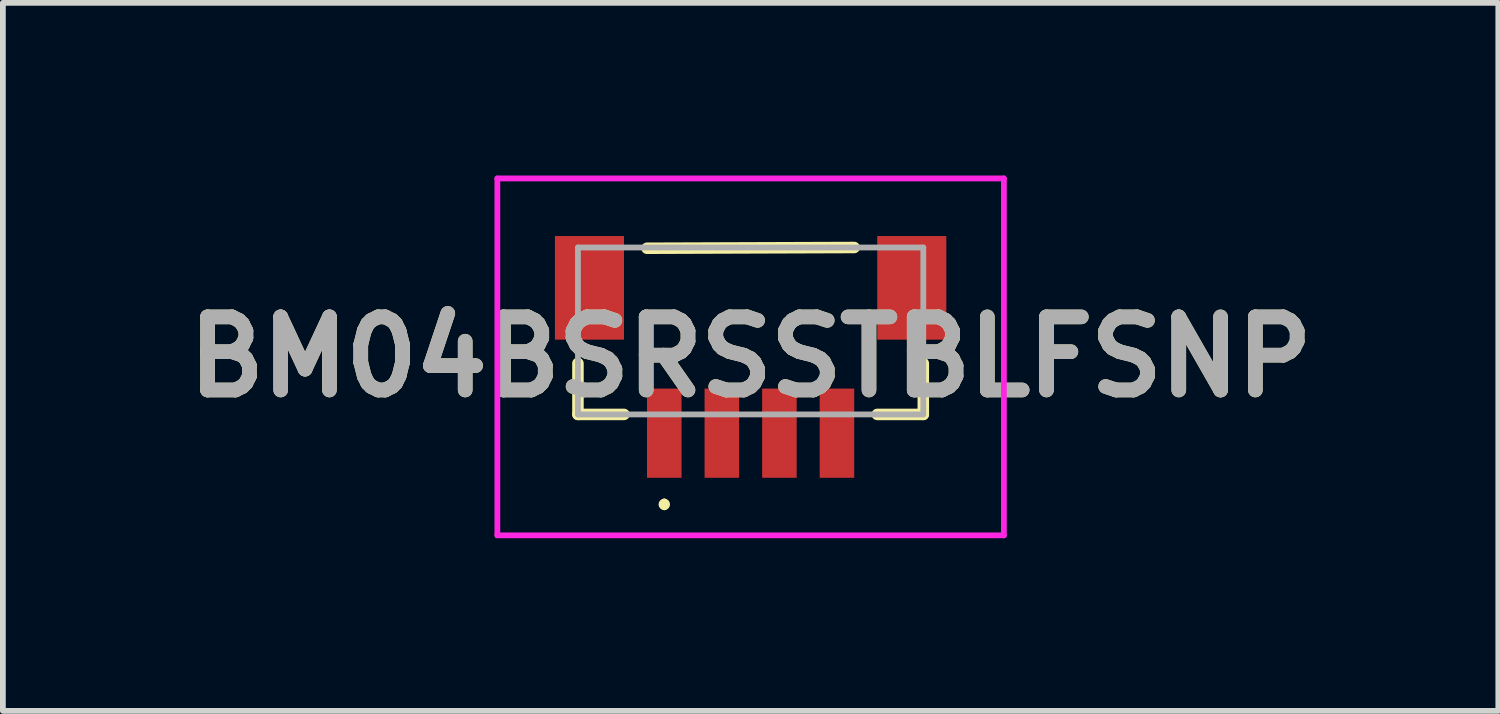
<source format=kicad_pcb>
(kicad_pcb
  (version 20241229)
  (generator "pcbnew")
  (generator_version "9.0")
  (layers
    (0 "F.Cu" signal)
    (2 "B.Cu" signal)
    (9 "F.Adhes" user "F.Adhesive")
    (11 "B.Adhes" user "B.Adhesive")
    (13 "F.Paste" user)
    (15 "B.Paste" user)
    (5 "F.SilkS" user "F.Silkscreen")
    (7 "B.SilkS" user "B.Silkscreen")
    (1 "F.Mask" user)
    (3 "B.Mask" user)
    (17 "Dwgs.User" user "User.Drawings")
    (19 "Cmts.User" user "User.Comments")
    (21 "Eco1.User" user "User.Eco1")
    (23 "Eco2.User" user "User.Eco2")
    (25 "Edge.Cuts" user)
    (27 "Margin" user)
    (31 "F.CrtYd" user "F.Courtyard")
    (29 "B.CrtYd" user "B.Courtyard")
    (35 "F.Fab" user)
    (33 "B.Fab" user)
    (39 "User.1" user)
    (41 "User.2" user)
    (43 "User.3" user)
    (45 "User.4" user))
  (footprint "BM04BSRSSTBLFSNP"
    (layer "F.Cu")
    (at 9.991 2.863)
    (property "Reference" "BM04BSRSSTBLFSNP" (at 0 0.288 0) (layer "F.SilkS") (effects (font (size 1.27 1.27) (thickness 0.254))))
    (attr smd)
    (fp_line (start -3 0.4) (end -3 1.287) (stroke (width 0.2) (type solid)) (layer "F.SilkS"))
    (fp_line (start -3 1.287) (end -2.2 1.287) (stroke (width 0.2) (type solid)) (layer "F.SilkS"))
    (fp_line (start -1.8 -1.6) (end 1.8 -1.613) (stroke (width 0.2) (type solid)) (layer "F.SilkS"))
    (fp_line (start -1.5 2.8) (end -1.5 2.8) (stroke (width 0.1) (type solid)) (layer "F.SilkS"))
    (fp_line (start -1.5 2.9) (end -1.5 2.9) (stroke (width 0.1) (type solid)) (layer "F.SilkS"))
    (fp_line (start 2.2 1.287) (end 3 1.287) (stroke (width 0.2) (type solid)) (layer "F.SilkS"))
    (fp_line (start 3 1.287) (end 3 0.4) (stroke (width 0.2) (type solid)) (layer "F.SilkS"))
    (fp_arc (start -1.5 2.8) (mid -1.45 2.85) (end -1.5 2.9) (stroke (width 0.1) (type solid)) (layer "F.SilkS"))
    (fp_arc (start -1.5 2.9) (mid -1.55 2.85) (end -1.5 2.8) (stroke (width 0.1) (type solid)) (layer "F.SilkS"))
    (fp_line (start -4.4 -2.813) (end 4.4 -2.813) (stroke (width 0.1) (type solid)) (layer "F.CrtYd"))
    (fp_line (start -4.4 3.388) (end -4.4 -2.813) (stroke (width 0.1) (type solid)) (layer "F.CrtYd"))
    (fp_line (start 4.4 -2.813) (end 4.4 3.388) (stroke (width 0.1) (type solid)) (layer "F.CrtYd"))
    (fp_line (start 4.4 3.388) (end -4.4 3.388) (stroke (width 0.1) (type solid)) (layer "F.CrtYd"))
    (fp_line (start -3 -1.613) (end 3 -1.613) (stroke (width 0.1) (type solid)) (layer "F.Fab"))
    (fp_line (start -3 1.287) (end -3 -1.613) (stroke (width 0.1) (type solid)) (layer "F.Fab"))
    (fp_line (start 3 -1.613) (end 3 1.287) (stroke (width 0.1) (type solid)) (layer "F.Fab"))
    (fp_line (start 3 1.287) (end -3 1.287) (stroke (width 0.1) (type solid)) (layer "F.Fab"))
    (fp_text user "${REFERENCE}" (at 0 0.288 0) (layer "F.Fab") (effects (font (size 1.27 1.27) (thickness 0.254))))
    (pad "1" smd rect (at -1.5 1.613) (size 0.6 1.55) (layers "F.Cu" "F.Mask" "F.Paste"))
    (pad "2" smd rect (at -0.5 1.613) (size 0.6 1.55) (layers "F.Cu" "F.Mask" "F.Paste"))
    (pad "3" smd rect (at 0.5 1.613) (size 0.6 1.55) (layers "F.Cu" "F.Mask" "F.Paste"))
    (pad "4" smd rect (at 1.5 1.613) (size 0.6 1.55) (layers "F.Cu" "F.Mask" "F.Paste"))
    (pad "5" smd rect (at -2.8 -0.912) (size 1.2 1.8) (layers "F.Cu" "F.Mask" "F.Paste"))
    (pad "6" smd rect (at 2.8 -0.912) (size 1.2 1.8) (layers "F.Cu" "F.Mask" "F.Paste")))
  (gr_rect
    (start -3 -3)
    (end 22.981 9.301)
    (stroke (width 0.1) (type default))
    (fill no)
    (layer "Edge.Cuts")))
</source>
